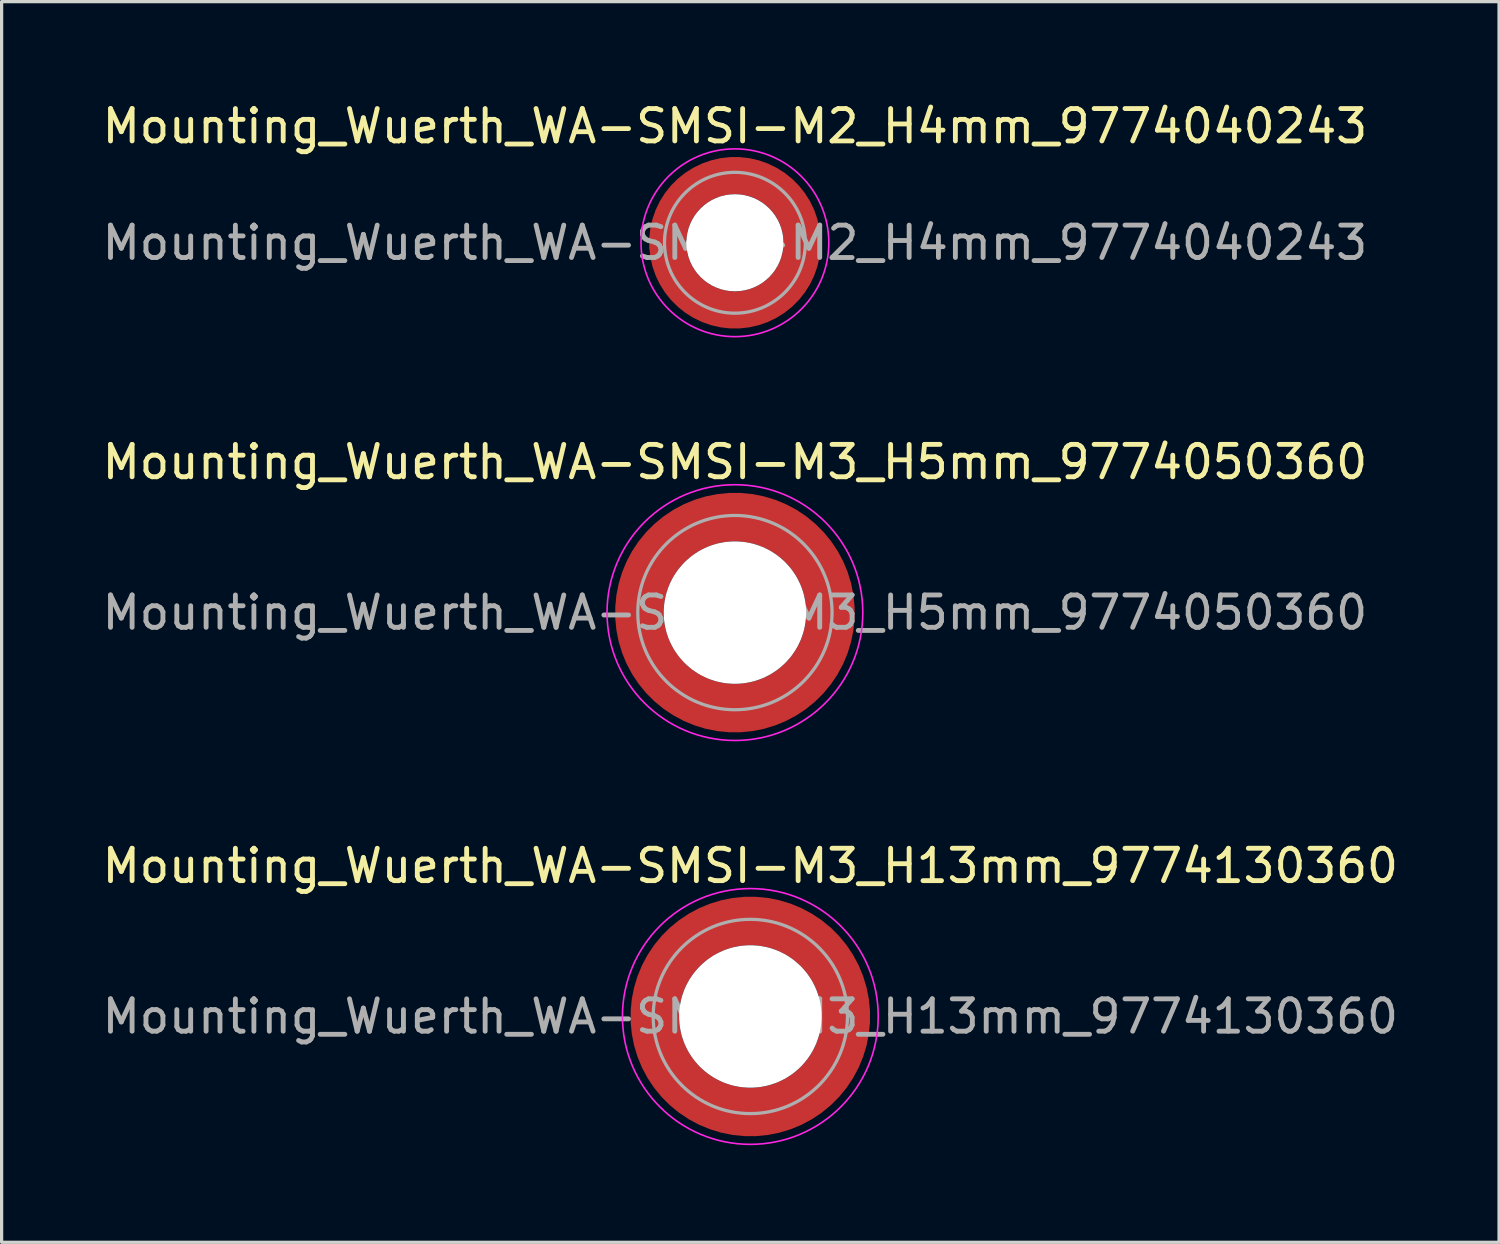
<source format=kicad_pcb>
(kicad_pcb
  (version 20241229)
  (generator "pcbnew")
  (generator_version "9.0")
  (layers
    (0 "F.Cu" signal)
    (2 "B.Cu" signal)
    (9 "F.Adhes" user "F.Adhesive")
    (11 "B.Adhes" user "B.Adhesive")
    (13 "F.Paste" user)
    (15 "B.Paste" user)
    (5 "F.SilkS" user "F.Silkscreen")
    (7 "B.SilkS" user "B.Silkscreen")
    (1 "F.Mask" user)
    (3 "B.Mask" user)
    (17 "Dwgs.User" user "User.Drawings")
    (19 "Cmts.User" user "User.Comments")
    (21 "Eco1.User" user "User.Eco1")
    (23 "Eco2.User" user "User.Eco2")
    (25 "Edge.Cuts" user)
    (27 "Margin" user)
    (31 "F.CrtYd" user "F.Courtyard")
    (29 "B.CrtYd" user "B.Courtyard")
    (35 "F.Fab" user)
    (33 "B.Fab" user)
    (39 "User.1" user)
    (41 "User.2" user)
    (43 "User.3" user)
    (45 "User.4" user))
  (footprint "Mounting_Wuerth_WA-SMSI-M2_H4mm_9774040243"
    (layer "F.Cu")
    (at 19.649 4.448)
    (property "Reference" "Mounting_Wuerth_WA-SMSI-M2_H4mm_9774040243" (at 0 -3.6 0) (layer "F.SilkS") (effects (font (size 1 1) (thickness 0.15))))
    (property "Mouser Part no." "" (at 0 0 0) (layer "F.Fab") (effects (font (size 1.27 1.27) (thickness 0.15))))
    (property "Mouser link" "" (at 0 0 0) (layer "F.Fab") (effects (font (size 1.27 1.27) (thickness 0.15))))
    (attr smd)
    (fp_circle (center 0 0) (end 2.9 0) (stroke (width 0.05) (type solid)) (fill no) (layer "F.CrtYd"))
    (fp_circle (center 0 0) (end 2.175 0) (stroke (width 0.1) (type solid)) (fill no) (layer "F.Fab"))
    (fp_text user "${REFERENCE}" (at 0 0 0) (layer "F.Fab") (effects (font (size 1 1) (thickness 0.15))))
    (pad "" smd custom (at -1.453 -1.453) (size 0.61 0.61) (layers "F.Paste") (options (anchor circle)) (primitives (gr_arc (start -0.147677 1.053104) (mid 0.285964 0.286792) (end 1.051968 -0.147393) (width 0.2)) (gr_arc (start -0.240295 1.053104) (mid 0.22253 0.222946) (end 1.052531 -0.24016) (width 0.2)) (gr_arc (start -0.332645 1.053104) (mid 0.158548 0.15965) (end 1.051583 -0.332304) (width 0.2)) (gr_arc (start -0.424767 1.053104) (mid 0.09486 0.096059) (end 1.051446 -0.424413) (width 0.2)) (gr_arc (start -0.516693 1.053104) (mid 0.031293 0.032346) (end 1.051645 -0.516396) (width 0.2)) (gr_arc (start -0.608448 1.053104) (mid -0.032323 -0.031316) (end 1.051707 -0.608176) (width 0.2)) (gr_arc (start -0.700056 1.053104) (mid -0.09616 -0.094758) (end 1.051155 -0.699693) (width 0.2)) (gr_arc (start -0.791534 1.053104) (mid -0.160388 -0.15781) (end 1.049515 -0.790891) (width 0.2)) (gr_arc (start -0.882896 1.053104) (mid -0.223713 -0.221764) (end 1.050388 -0.882429) (width 0.2)) (gr_arc (start -0.974157 1.053104) (mid -0.287654 -0.285101) (end 1.049541 -0.973567) (width 0.2)) (gr_line (start 1.053 -0.148) (end 1.053 -0.974) (width 0.2)) (gr_line (start -0.148 1.053) (end -0.974 1.053) (width 0.2))))
    (pad "" smd custom (at -1.453 1.453) (size 0.61 0.61) (layers "F.Paste") (options (anchor circle)) (primitives (gr_arc (start 1.053104 0.147677) (mid 0.286792 -0.285964) (end -0.147393 -1.051968) (width 0.2)) (gr_arc (start 1.053104 0.240295) (mid 0.222946 -0.22253) (end -0.24016 -1.052531) (width 0.2)) (gr_arc (start 1.053104 0.332645) (mid 0.15965 -0.158548) (end -0.332304 -1.051583) (width 0.2)) (gr_arc (start 1.053104 0.424767) (mid 0.096059 -0.09486) (end -0.424413 -1.051446) (width 0.2)) (gr_arc (start 1.053104 0.516693) (mid 0.032346 -0.031293) (end -0.516396 -1.051645) (width 0.2)) (gr_arc (start 1.053104 0.608448) (mid -0.031316 0.032323) (end -0.608176 -1.051707) (width 0.2)) (gr_arc (start 1.053104 0.700056) (mid -0.094758 0.09616) (end -0.699693 -1.051155) (width 0.2)) (gr_arc (start 1.053104 0.791534) (mid -0.15781 0.160388) (end -0.790891 -1.049515) (width 0.2)) (gr_arc (start 1.053104 0.882896) (mid -0.221764 0.223713) (end -0.882429 -1.050388) (width 0.2)) (gr_arc (start 1.053104 0.974157) (mid -0.285101 0.287654) (end -0.973567 -1.049541) (width 0.2)) (gr_line (start -0.148 -1.053) (end -0.974 -1.053) (width 0.2)) (gr_line (start 1.053 0.148) (end 1.053 0.974) (width 0.2))))
    (pad "" np_thru_hole circle (at 0 0) (size 3 3) (drill 3) (layers "*.Cu" "*.Mask"))
    (pad "" smd custom (at 1.453 -1.453) (size 0.61 0.61) (layers "F.Paste") (options (anchor circle)) (primitives (gr_arc (start -1.053104 -0.147677) (mid -0.286792 0.285964) (end 0.147393 1.051968) (width 0.2)) (gr_arc (start -1.053104 -0.240295) (mid -0.222946 0.22253) (end 0.24016 1.052531) (width 0.2)) (gr_arc (start -1.053104 -0.332645) (mid -0.15965 0.158548) (end 0.332304 1.051583) (width 0.2)) (gr_arc (start -1.053104 -0.424767) (mid -0.096059 0.09486) (end 0.424413 1.051446) (width 0.2)) (gr_arc (start -1.053104 -0.516693) (mid -0.032346 0.031293) (end 0.516396 1.051645) (width 0.2)) (gr_arc (start -1.053104 -0.608448) (mid 0.031316 -0.032323) (end 0.608176 1.051707) (width 0.2)) (gr_arc (start -1.053104 -0.700056) (mid 0.094758 -0.09616) (end 0.699693 1.051155) (width 0.2)) (gr_arc (start -1.053104 -0.791534) (mid 0.15781 -0.160388) (end 0.790891 1.049515) (width 0.2)) (gr_arc (start -1.053104 -0.882896) (mid 0.221764 -0.223713) (end 0.882429 1.050388) (width 0.2)) (gr_arc (start -1.053104 -0.974157) (mid 0.285101 -0.287654) (end 0.973567 1.049541) (width 0.2)) (gr_line (start 0.148 1.053) (end 0.974 1.053) (width 0.2)) (gr_line (start -1.053 -0.148) (end -1.053 -0.974) (width 0.2))))
    (pad "" smd custom (at 1.453 1.453) (size 0.61 0.61) (layers "F.Paste") (options (anchor circle)) (primitives (gr_arc (start 0.147677 -1.053104) (mid -0.285964 -0.286792) (end -1.051968 0.147393) (width 0.2)) (gr_arc (start 0.240295 -1.053104) (mid -0.22253 -0.222946) (end -1.052531 0.24016) (width 0.2)) (gr_arc (start 0.332645 -1.053104) (mid -0.158548 -0.15965) (end -1.051583 0.332304) (width 0.2)) (gr_arc (start 0.424767 -1.053104) (mid -0.09486 -0.096059) (end -1.051446 0.424413) (width 0.2)) (gr_arc (start 0.516693 -1.053104) (mid -0.031293 -0.032346) (end -1.051645 0.516396) (width 0.2)) (gr_arc (start 0.608448 -1.053104) (mid 0.032323 0.031316) (end -1.051707 0.608176) (width 0.2)) (gr_arc (start 0.700056 -1.053104) (mid 0.09616 0.094758) (end -1.051155 0.699693) (width 0.2)) (gr_arc (start 0.791534 -1.053104) (mid 0.160388 0.15781) (end -1.049515 0.790891) (width 0.2)) (gr_arc (start 0.882896 -1.053104) (mid 0.223713 0.221764) (end -1.050388 0.882429) (width 0.2)) (gr_arc (start 0.974157 -1.053104) (mid 0.287654 0.285101) (end -1.049541 0.973567) (width 0.2)) (gr_line (start -1.053 0.148) (end -1.053 0.974) (width 0.2)) (gr_line (start 0.148 -1.053) (end 0.974 -1.053) (width 0.2))))
    (pad "1" smd circle (at -2.075 0) (size 0.75 0.75) (layers "F.Cu"))
    (pad "1" smd circle (at 0 -2.075) (size 0.75 0.75) (layers "F.Cu"))
    (pad "1" smd circle (at 0 2.075) (size 0.75 0.75) (layers "F.Cu"))
    (pad "1" smd custom (at 2.075 0) (size 0.75 0.75) (layers "F.Cu" "F.Mask") (options (anchor circle)) (primitives (gr_circle (center -2.075 0) (end 0 0) (width 1.15) (fill no)))))
  (footprint "Mounting_Wuerth_WA-SMSI-M3_H5mm_9774050360"
    (layer "F.Cu")
    (at 19.649 15.871)
    (property "Reference" "Mounting_Wuerth_WA-SMSI-M3_H5mm_9774050360" (at 0 -4.65 0) (layer "F.SilkS") (effects (font (size 1 1) (thickness 0.15))))
    (property "Mouser Part no." "" (at 0 0 0) (layer "F.Fab") (effects (font (size 1.27 1.27) (thickness 0.15))))
    (property "Mouser link" "" (at 0 0 0) (layer "F.Fab") (effects (font (size 1.27 1.27) (thickness 0.15))))
    (attr smd)
    (fp_circle (center 0 0) (end 3.95 0) (stroke (width 0.05) (type solid)) (fill no) (layer "F.CrtYd"))
    (fp_circle (center 0 0) (end 3 0) (stroke (width 0.1) (type solid)) (fill no) (layer "F.Fab"))
    (fp_text user "${REFERENCE}" (at 0 0 0) (layer "F.Fab") (effects (font (size 1 1) (thickness 0.15))))
    (pad "" smd custom (at -2.058 -2.058) (size 0.7 0.7) (layers "F.Paste") (options (anchor circle)) (primitives (gr_arc (start -0.377294 1.707681) (mid 0.317579 0.318817) (end 1.705947 -0.377044) (width 0.2)) (gr_arc (start -0.478281 1.707681) (mid 0.246161 0.248814) (end 1.703965 -0.477765) (width 0.2)) (gr_arc (start -0.579192 1.707681) (mid 0.175492 0.178063) (end 1.704077 -0.578711) (width 0.2)) (gr_arc (start -0.680037 1.707681) (mid 0.105568 0.106564) (end 1.706284 -0.679858) (width 0.2)) (gr_arc (start -0.780822 1.707681) (mid 0.034627 0.036085) (end 1.705634 -0.780569) (width 0.2)) (gr_arc (start -0.881554 1.707681) (mid -0.035694 -0.035016) (end 1.706729 -0.881441) (width 0.2)) (gr_arc (start -0.982237 1.707681) (mid -0.107281 -0.10485) (end 1.704266 -0.981842) (width 0.2)) (gr_arc (start -1.082877 1.707681) (mid -0.178372 -0.175181) (end 1.703197 -1.082374) (width 0.2)) (gr_arc (start -1.183476 1.707681) (mid -0.248964 -0.246008) (end 1.703525 -1.183025) (width 0.2)) (gr_arc (start -1.28404 1.707681) (mid -0.319062 -0.317333) (end 1.70525 -1.283784) (width 0.2)) (gr_line (start 1.708 -0.377) (end 1.708 -1.284) (width 0.2)) (gr_line (start -0.377 1.708) (end -1.284 1.708) (width 0.2))))
    (pad "" smd custom (at -2.058 2.058) (size 0.7 0.7) (layers "F.Paste") (options (anchor circle)) (primitives (gr_arc (start 1.707681 0.377294) (mid 0.318817 -0.317579) (end -0.377044 -1.705947) (width 0.2)) (gr_arc (start 1.707681 0.478281) (mid 0.248814 -0.246161) (end -0.477765 -1.703965) (width 0.2)) (gr_arc (start 1.707681 0.579192) (mid 0.178063 -0.175492) (end -0.578711 -1.704077) (width 0.2)) (gr_arc (start 1.707681 0.680037) (mid 0.106564 -0.105568) (end -0.679858 -1.706284) (width 0.2)) (gr_arc (start 1.707681 0.780822) (mid 0.036085 -0.034627) (end -0.780569 -1.705634) (width 0.2)) (gr_arc (start 1.707681 0.881554) (mid -0.035016 0.035694) (end -0.881441 -1.706729) (width 0.2)) (gr_arc (start 1.707681 0.982237) (mid -0.10485 0.107281) (end -0.981842 -1.704266) (width 0.2)) (gr_arc (start 1.707681 1.082877) (mid -0.175181 0.178372) (end -1.082374 -1.703197) (width 0.2)) (gr_arc (start 1.707681 1.183476) (mid -0.246008 0.248964) (end -1.183025 -1.703525) (width 0.2)) (gr_arc (start 1.707681 1.28404) (mid -0.317333 0.319062) (end -1.283784 -1.70525) (width 0.2)) (gr_line (start -0.377 -1.708) (end -1.284 -1.708) (width 0.2)) (gr_line (start 1.708 0.377) (end 1.708 1.284) (width 0.2))))
    (pad "" np_thru_hole circle (at 0 0) (size 4.4 4.4) (drill 4.4) (layers "*.Cu" "*.Mask"))
    (pad "" smd custom (at 2.058 -2.058) (size 0.7 0.7) (layers "F.Paste") (options (anchor circle)) (primitives (gr_arc (start -1.707681 -0.377294) (mid -0.318817 0.317579) (end 0.377044 1.705947) (width 0.2)) (gr_arc (start -1.707681 -0.478281) (mid -0.248814 0.246161) (end 0.477765 1.703965) (width 0.2)) (gr_arc (start -1.707681 -0.579192) (mid -0.178063 0.175492) (end 0.578711 1.704077) (width 0.2)) (gr_arc (start -1.707681 -0.680037) (mid -0.106564 0.105568) (end 0.679858 1.706284) (width 0.2)) (gr_arc (start -1.707681 -0.780822) (mid -0.036085 0.034627) (end 0.780569 1.705634) (width 0.2)) (gr_arc (start -1.707681 -0.881554) (mid 0.035016 -0.035694) (end 0.881441 1.706729) (width 0.2)) (gr_arc (start -1.707681 -0.982237) (mid 0.10485 -0.107281) (end 0.981842 1.704266) (width 0.2)) (gr_arc (start -1.707681 -1.082877) (mid 0.175181 -0.178372) (end 1.082374 1.703197) (width 0.2)) (gr_arc (start -1.707681 -1.183476) (mid 0.246008 -0.248964) (end 1.183025 1.703525) (width 0.2)) (gr_arc (start -1.707681 -1.28404) (mid 0.317333 -0.319062) (end 1.283784 1.70525) (width 0.2)) (gr_line (start 0.377 1.708) (end 1.284 1.708) (width 0.2)) (gr_line (start -1.708 -0.377) (end -1.708 -1.284) (width 0.2))))
    (pad "" smd custom (at 2.058 2.058) (size 0.7 0.7) (layers "F.Paste") (options (anchor circle)) (primitives (gr_arc (start 0.377294 -1.707681) (mid -0.317579 -0.318817) (end -1.705947 0.377044) (width 0.2)) (gr_arc (start 0.478281 -1.707681) (mid -0.246161 -0.248814) (end -1.703965 0.477765) (width 0.2)) (gr_arc (start 0.579192 -1.707681) (mid -0.175492 -0.178063) (end -1.704077 0.578711) (width 0.2)) (gr_arc (start 0.680037 -1.707681) (mid -0.105568 -0.106564) (end -1.706284 0.679858) (width 0.2)) (gr_arc (start 0.780822 -1.707681) (mid -0.034627 -0.036085) (end -1.705634 0.780569) (width 0.2)) (gr_arc (start 0.881554 -1.707681) (mid 0.035694 0.035016) (end -1.706729 0.881441) (width 0.2)) (gr_arc (start 0.982237 -1.707681) (mid 0.107281 0.10485) (end -1.704266 0.981842) (width 0.2)) (gr_arc (start 1.082877 -1.707681) (mid 0.178372 0.175181) (end -1.703197 1.082374) (width 0.2)) (gr_arc (start 1.183476 -1.707681) (mid 0.248964 0.246008) (end -1.703525 1.183025) (width 0.2)) (gr_arc (start 1.28404 -1.707681) (mid 0.319062 0.317333) (end -1.70525 1.283784) (width 0.2)) (gr_line (start -1.708 0.377) (end -1.708 1.284) (width 0.2)) (gr_line (start 0.377 -1.708) (end 1.284 -1.708) (width 0.2))))
    (pad "1" smd circle (at -2.95 0) (size 1.1 1.1) (layers "F.Cu"))
    (pad "1" smd circle (at 0 -2.95) (size 1.1 1.1) (layers "F.Cu"))
    (pad "1" smd circle (at 0 2.95) (size 1.1 1.1) (layers "F.Cu"))
    (pad "1" smd custom (at 2.95 0) (size 1.1 1.1) (layers "F.Cu" "F.Mask") (options (anchor circle)) (primitives (gr_circle (center -2.95 0) (end 0 0) (width 1.5) (fill no)))))
  (footprint "Mounting_Wuerth_WA-SMSI-M3_H13mm_9774130360"
    (layer "F.Cu")
    (at 20.125 28.345)
    (property "Reference" "Mounting_Wuerth_WA-SMSI-M3_H13mm_9774130360" (at 0 -4.65 0) (layer "F.SilkS") (effects (font (size 1 1) (thickness 0.15))))
    (property "Mouser Part no." "" (at 0 0 0) (layer "F.Fab") (effects (font (size 1.27 1.27) (thickness 0.15))))
    (property "Mouser link" "" (at 0 0 0) (layer "F.Fab") (effects (font (size 1.27 1.27) (thickness 0.15))))
    (attr smd)
    (fp_circle (center 0 0) (end 3.95 0) (stroke (width 0.05) (type solid)) (fill no) (layer "F.CrtYd"))
    (fp_circle (center 0 0) (end 3 0) (stroke (width 0.1) (type solid)) (fill no) (layer "F.Fab"))
    (fp_text user "${REFERENCE}" (at 0 0 0) (layer "F.Fab") (effects (font (size 1 1) (thickness 0.15))))
    (pad "" smd custom (at -2.058 -2.058) (size 0.7 0.7) (layers "F.Paste") (options (anchor circle)) (primitives (gr_arc (start -0.377294 1.707681) (mid 0.317579 0.318817) (end 1.705947 -0.377044) (width 0.2)) (gr_arc (start -0.478281 1.707681) (mid 0.246161 0.248814) (end 1.703965 -0.477765) (width 0.2)) (gr_arc (start -0.579192 1.707681) (mid 0.175492 0.178063) (end 1.704077 -0.578711) (width 0.2)) (gr_arc (start -0.680037 1.707681) (mid 0.105568 0.106564) (end 1.706284 -0.679858) (width 0.2)) (gr_arc (start -0.780822 1.707681) (mid 0.034627 0.036085) (end 1.705634 -0.780569) (width 0.2)) (gr_arc (start -0.881554 1.707681) (mid -0.035694 -0.035016) (end 1.706729 -0.881441) (width 0.2)) (gr_arc (start -0.982237 1.707681) (mid -0.107281 -0.10485) (end 1.704266 -0.981842) (width 0.2)) (gr_arc (start -1.082877 1.707681) (mid -0.178372 -0.175181) (end 1.703197 -1.082374) (width 0.2)) (gr_arc (start -1.183476 1.707681) (mid -0.248964 -0.246008) (end 1.703525 -1.183025) (width 0.2)) (gr_arc (start -1.28404 1.707681) (mid -0.319062 -0.317333) (end 1.70525 -1.283784) (width 0.2)) (gr_line (start 1.708 -0.377) (end 1.708 -1.284) (width 0.2)) (gr_line (start -0.377 1.708) (end -1.284 1.708) (width 0.2))))
    (pad "" smd custom (at -2.058 2.058) (size 0.7 0.7) (layers "F.Paste") (options (anchor circle)) (primitives (gr_arc (start 1.707681 0.377294) (mid 0.318817 -0.317579) (end -0.377044 -1.705947) (width 0.2)) (gr_arc (start 1.707681 0.478281) (mid 0.248814 -0.246161) (end -0.477765 -1.703965) (width 0.2)) (gr_arc (start 1.707681 0.579192) (mid 0.178063 -0.175492) (end -0.578711 -1.704077) (width 0.2)) (gr_arc (start 1.707681 0.680037) (mid 0.106564 -0.105568) (end -0.679858 -1.706284) (width 0.2)) (gr_arc (start 1.707681 0.780822) (mid 0.036085 -0.034627) (end -0.780569 -1.705634) (width 0.2)) (gr_arc (start 1.707681 0.881554) (mid -0.035016 0.035694) (end -0.881441 -1.706729) (width 0.2)) (gr_arc (start 1.707681 0.982237) (mid -0.10485 0.107281) (end -0.981842 -1.704266) (width 0.2)) (gr_arc (start 1.707681 1.082877) (mid -0.175181 0.178372) (end -1.082374 -1.703197) (width 0.2)) (gr_arc (start 1.707681 1.183476) (mid -0.246008 0.248964) (end -1.183025 -1.703525) (width 0.2)) (gr_arc (start 1.707681 1.28404) (mid -0.317333 0.319062) (end -1.283784 -1.70525) (width 0.2)) (gr_line (start -0.377 -1.708) (end -1.284 -1.708) (width 0.2)) (gr_line (start 1.708 0.377) (end 1.708 1.284) (width 0.2))))
    (pad "" np_thru_hole circle (at 0 0) (size 4.4 4.4) (drill 4.4) (layers "*.Cu" "*.Mask"))
    (pad "" smd custom (at 2.058 -2.058) (size 0.7 0.7) (layers "F.Paste") (options (anchor circle)) (primitives (gr_arc (start -1.707681 -0.377294) (mid -0.318817 0.317579) (end 0.377044 1.705947) (width 0.2)) (gr_arc (start -1.707681 -0.478281) (mid -0.248814 0.246161) (end 0.477765 1.703965) (width 0.2)) (gr_arc (start -1.707681 -0.579192) (mid -0.178063 0.175492) (end 0.578711 1.704077) (width 0.2)) (gr_arc (start -1.707681 -0.680037) (mid -0.106564 0.105568) (end 0.679858 1.706284) (width 0.2)) (gr_arc (start -1.707681 -0.780822) (mid -0.036085 0.034627) (end 0.780569 1.705634) (width 0.2)) (gr_arc (start -1.707681 -0.881554) (mid 0.035016 -0.035694) (end 0.881441 1.706729) (width 0.2)) (gr_arc (start -1.707681 -0.982237) (mid 0.10485 -0.107281) (end 0.981842 1.704266) (width 0.2)) (gr_arc (start -1.707681 -1.082877) (mid 0.175181 -0.178372) (end 1.082374 1.703197) (width 0.2)) (gr_arc (start -1.707681 -1.183476) (mid 0.246008 -0.248964) (end 1.183025 1.703525) (width 0.2)) (gr_arc (start -1.707681 -1.28404) (mid 0.317333 -0.319062) (end 1.283784 1.70525) (width 0.2)) (gr_line (start 0.377 1.708) (end 1.284 1.708) (width 0.2)) (gr_line (start -1.708 -0.377) (end -1.708 -1.284) (width 0.2))))
    (pad "" smd custom (at 2.058 2.058) (size 0.7 0.7) (layers "F.Paste") (options (anchor circle)) (primitives (gr_arc (start 0.377294 -1.707681) (mid -0.317579 -0.318817) (end -1.705947 0.377044) (width 0.2)) (gr_arc (start 0.478281 -1.707681) (mid -0.246161 -0.248814) (end -1.703965 0.477765) (width 0.2)) (gr_arc (start 0.579192 -1.707681) (mid -0.175492 -0.178063) (end -1.704077 0.578711) (width 0.2)) (gr_arc (start 0.680037 -1.707681) (mid -0.105568 -0.106564) (end -1.706284 0.679858) (width 0.2)) (gr_arc (start 0.780822 -1.707681) (mid -0.034627 -0.036085) (end -1.705634 0.780569) (width 0.2)) (gr_arc (start 0.881554 -1.707681) (mid 0.035694 0.035016) (end -1.706729 0.881441) (width 0.2)) (gr_arc (start 0.982237 -1.707681) (mid 0.107281 0.10485) (end -1.704266 0.981842) (width 0.2)) (gr_arc (start 1.082877 -1.707681) (mid 0.178372 0.175181) (end -1.703197 1.082374) (width 0.2)) (gr_arc (start 1.183476 -1.707681) (mid 0.248964 0.246008) (end -1.703525 1.183025) (width 0.2)) (gr_arc (start 1.28404 -1.707681) (mid 0.319062 0.317333) (end -1.70525 1.283784) (width 0.2)) (gr_line (start -1.708 0.377) (end -1.708 1.284) (width 0.2)) (gr_line (start 0.377 -1.708) (end 1.284 -1.708) (width 0.2))))
    (pad "1" smd circle (at -2.95 0) (size 1.1 1.1) (layers "F.Cu"))
    (pad "1" smd circle (at 0 -2.95) (size 1.1 1.1) (layers "F.Cu"))
    (pad "1" smd circle (at 0 2.95) (size 1.1 1.1) (layers "F.Cu"))
    (pad "1" smd custom (at 2.95 0) (size 1.1 1.1) (layers "F.Cu" "F.Mask") (options (anchor circle)) (primitives (gr_circle (center -2.95 0) (end 0 0) (width 1.5) (fill no)))))
  (gr_rect
    (start -3 -3)
    (end 43.25 35.32)
    (stroke (width 0.1) (type default))
    (fill no)
    (layer "Edge.Cuts")))
</source>
